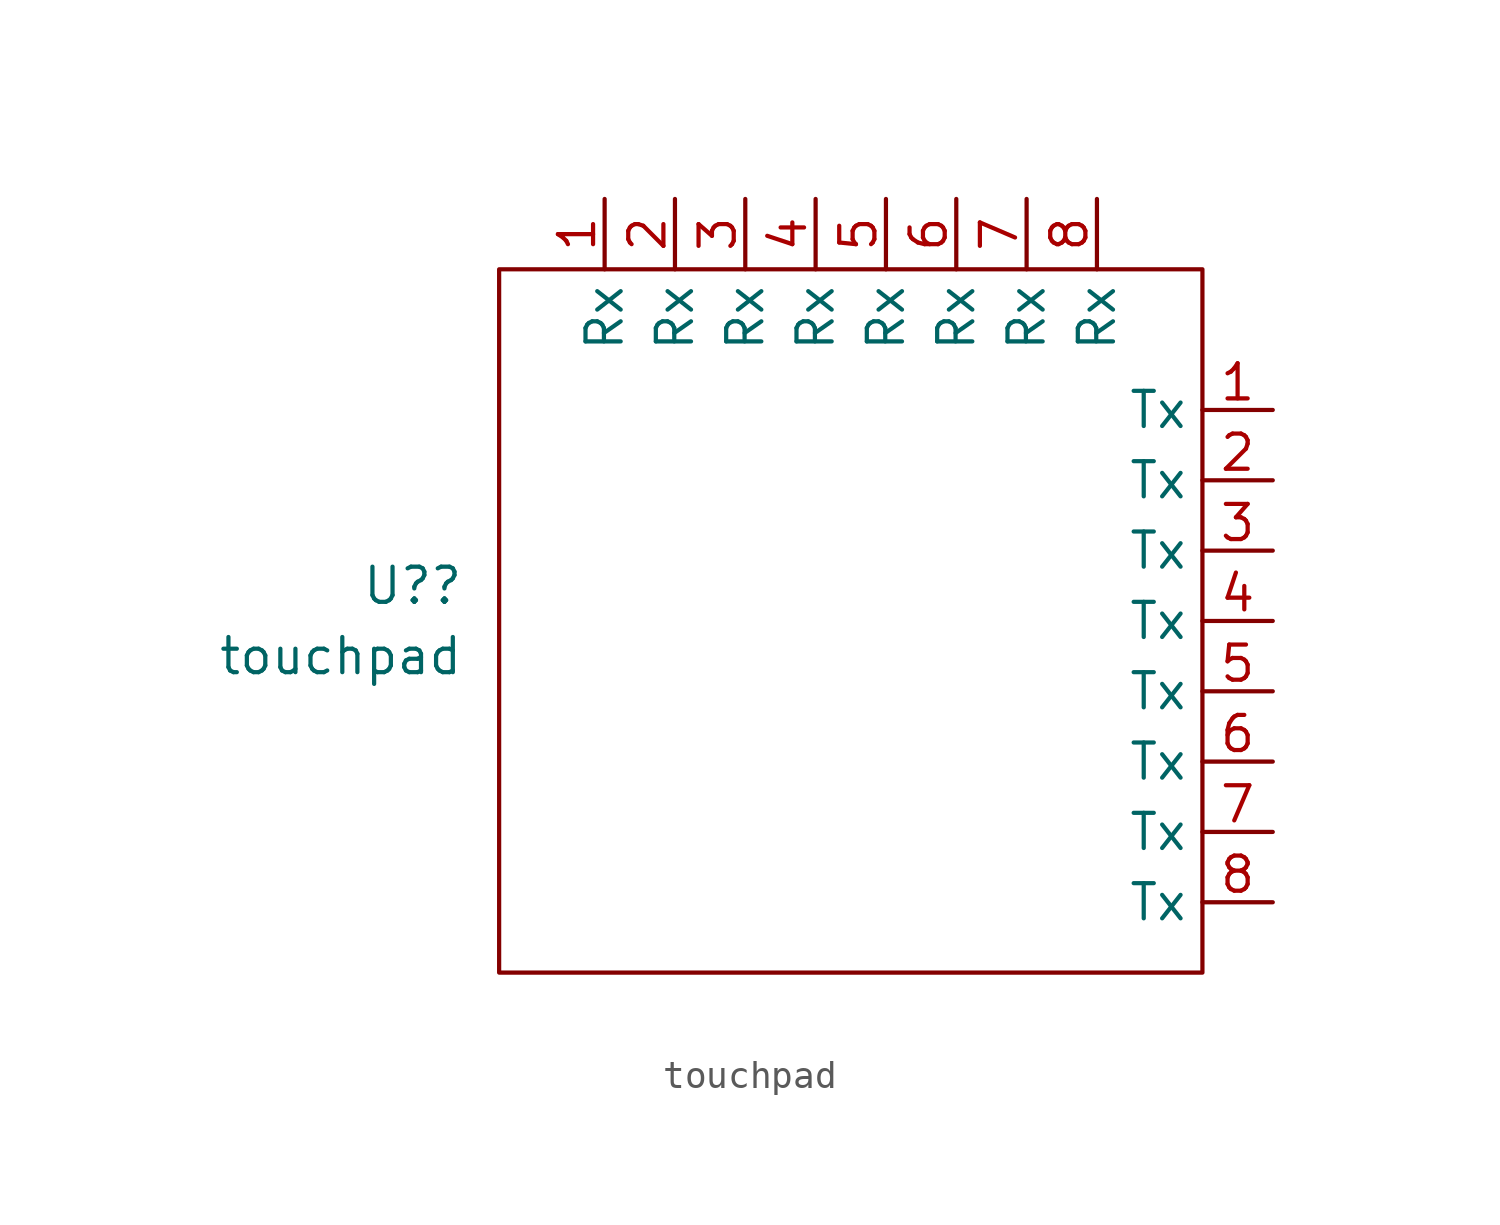
<source format=kicad_sym>
(kicad_symbol_lib
  (version 20211014)
  (generator kicad_symbol_editor)
  (symbol "touchpad"
    (property "Reference" "U?"
      (at -13.97 1.27 0)
      (effects (font (size 1.27 1.27)) (justify right)))
    (property "Value" "touchpad"
      (at -13.97 -1.27 0)
      (effects (font (size 1.27 1.27)) (justify right)))
    (symbol "touchpad_0_1"
      (rectangle (start -12.7 12.7) (end 12.7 -12.7) (stroke (width 0) (type default) (color 0 0 0 0)) (fill (type none))))
    (symbol "touchpad_1_1"
      (pin bidirectional line (at -8.89 15.24 270) (length 2.54) (name "Rx" (effects (font (size 1.27 1.27)))) (number "1" (effects (font (size 1.27 1.27)))))
      (pin bidirectional line (at 15.24 7.62 180) (length 2.54) (name "Tx" (effects (font (size 1.27 1.27)))) (number "1" (effects (font (size 1.27 1.27)))))
      (pin bidirectional line (at -6.35 15.24 270) (length 2.54) (name "Rx" (effects (font (size 1.27 1.27)))) (number "2" (effects (font (size 1.27 1.27)))))
      (pin bidirectional line (at 15.24 5.08 180) (length 2.54) (name "Tx" (effects (font (size 1.27 1.27)))) (number "2" (effects (font (size 1.27 1.27)))))
      (pin bidirectional line (at -3.81 15.24 270) (length 2.54) (name "Rx" (effects (font (size 1.27 1.27)))) (number "3" (effects (font (size 1.27 1.27)))))
      (pin bidirectional line (at 15.24 2.54 180) (length 2.54) (name "Tx" (effects (font (size 1.27 1.27)))) (number "3" (effects (font (size 1.27 1.27)))))
      (pin bidirectional line (at -1.27 15.24 270) (length 2.54) (name "Rx" (effects (font (size 1.27 1.27)))) (number "4" (effects (font (size 1.27 1.27)))))
      (pin bidirectional line (at 15.24 0 180) (length 2.54) (name "Tx" (effects (font (size 1.27 1.27)))) (number "4" (effects (font (size 1.27 1.27)))))
      (pin bidirectional line (at 1.27 15.24 270) (length 2.54) (name "Rx" (effects (font (size 1.27 1.27)))) (number "5" (effects (font (size 1.27 1.27)))))
      (pin bidirectional line (at 15.24 -2.54 180) (length 2.54) (name "Tx" (effects (font (size 1.27 1.27)))) (number "5" (effects (font (size 1.27 1.27)))))
      (pin bidirectional line (at 3.81 15.24 270) (length 2.54) (name "Rx" (effects (font (size 1.27 1.27)))) (number "6" (effects (font (size 1.27 1.27)))))
      (pin bidirectional line (at 15.24 -5.08 180) (length 2.54) (name "Tx" (effects (font (size 1.27 1.27)))) (number "6" (effects (font (size 1.27 1.27)))))
      (pin bidirectional line (at 6.35 15.24 270) (length 2.54) (name "Rx" (effects (font (size 1.27 1.27)))) (number "7" (effects (font (size 1.27 1.27)))))
      (pin bidirectional line (at 15.24 -7.62 180) (length 2.54) (name "Tx" (effects (font (size 1.27 1.27)))) (number "7" (effects (font (size 1.27 1.27)))))
      (pin bidirectional line (at 8.89 15.24 270) (length 2.54) (name "Rx" (effects (font (size 1.27 1.27)))) (number "8" (effects (font (size 1.27 1.27)))))
      (pin bidirectional line (at 15.24 -10.16 180) (length 2.54) (name "Tx" (effects (font (size 1.27 1.27)))) (number "8" (effects (font (size 1.27 1.27))))))))
</source>
